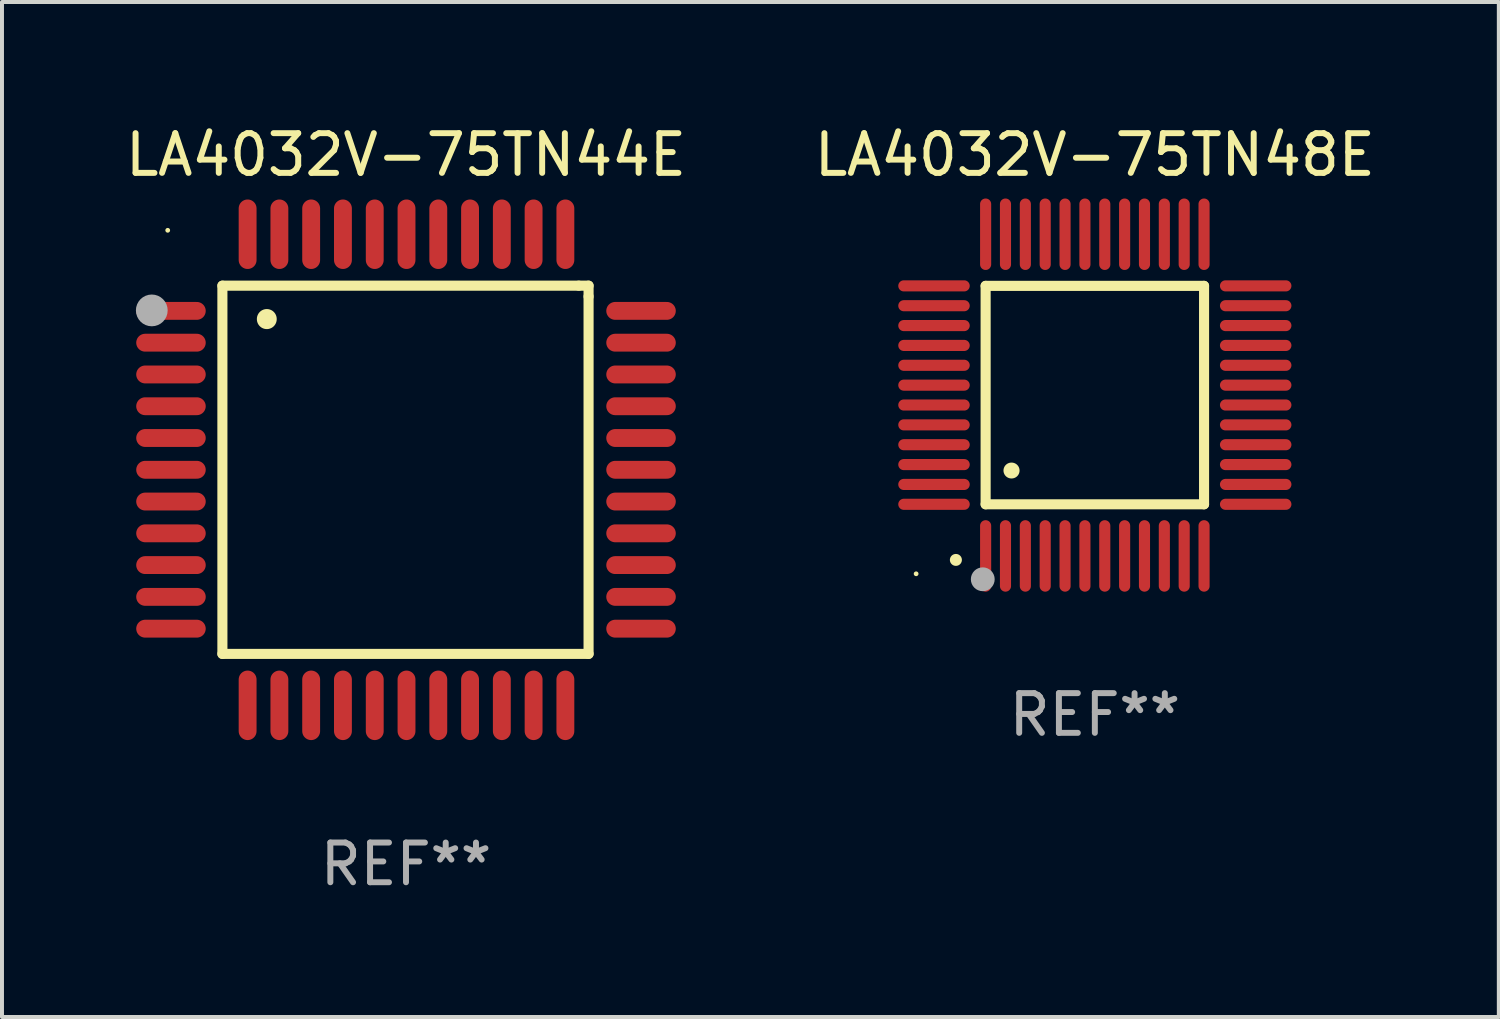
<source format=kicad_pcb>
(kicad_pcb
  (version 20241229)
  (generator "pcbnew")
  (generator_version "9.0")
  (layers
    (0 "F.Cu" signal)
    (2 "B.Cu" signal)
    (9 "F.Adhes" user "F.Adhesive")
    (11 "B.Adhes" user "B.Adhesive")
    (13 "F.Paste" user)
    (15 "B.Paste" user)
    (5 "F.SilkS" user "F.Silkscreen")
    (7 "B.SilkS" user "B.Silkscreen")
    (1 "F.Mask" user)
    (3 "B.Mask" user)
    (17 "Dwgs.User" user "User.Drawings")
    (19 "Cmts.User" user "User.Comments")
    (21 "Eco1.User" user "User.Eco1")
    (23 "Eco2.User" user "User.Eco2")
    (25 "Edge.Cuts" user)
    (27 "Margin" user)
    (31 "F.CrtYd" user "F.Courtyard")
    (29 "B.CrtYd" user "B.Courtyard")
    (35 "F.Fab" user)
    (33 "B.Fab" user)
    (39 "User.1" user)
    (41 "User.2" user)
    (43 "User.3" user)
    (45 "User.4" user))
  (footprint "LA4032V-75TN44E"
    (layer "F.Cu")
    (at 7.173 8.779)
    (property "Reference" "LA4032V-75TN44E" (at 0 -7.931 0) (layer "F.SilkS") (effects (font (size 1 1) (thickness 0.15))))
    (attr through_hole)
    (fp_line (start -4.623 -4.636) (end 4.35 -4.636) (stroke (width 0.254) (type solid)) (layer "F.SilkS"))
    (fp_line (start -4.623 4.636) (end -4.623 -4.636) (stroke (width 0.254) (type solid)) (layer "F.SilkS"))
    (fp_line (start 4.35 -4.636) (end 4.597 -4.636) (stroke (width 0.254) (type solid)) (layer "F.SilkS"))
    (fp_line (start 4.597 -4.636) (end 4.597 -4.363) (stroke (width 0.254) (type solid)) (layer "F.SilkS"))
    (fp_line (start 4.597 -4.363) (end 4.597 4.636) (stroke (width 0.254) (type solid)) (layer "F.SilkS"))
    (fp_line (start 4.597 4.636) (end -4.623 4.636) (stroke (width 0.254) (type solid)) (layer "F.SilkS"))
    (fp_arc (start -3.505207 -3.792228) (mid -3.50522 -3.794768) (end -3.505207 -3.797308) (stroke (width 0.5) (type solid)) (layer "F.SilkS"))
    (fp_circle (center -6 -6.03) (end -5.97 -6.03) (stroke (width 0.06) (type solid)) (fill no) (layer "F.SilkS"))
    (fp_circle (center -6.401 -4.013) (end -6.201 -4.013) (stroke (width 0.4) (type solid)) (fill no) (layer "F.Fab"))
    (fp_text user "REF**" (at 0 9.931 0) (layer "F.Fab") (effects (font (size 1 1) (thickness 0.15))))
    (pad "1" smd oval (at -5.918 -4.001 90) (size 0.45 1.75) (layers "F.Cu" "F.Mask" "F.Paste"))
    (pad "2" smd oval (at -5.918 -3.2 90) (size 0.45 1.75) (layers "F.Cu" "F.Mask" "F.Paste"))
    (pad "3" smd oval (at -5.918 -2.4 90) (size 0.45 1.75) (layers "F.Cu" "F.Mask" "F.Paste"))
    (pad "4" smd oval (at -5.918 -1.6 90) (size 0.45 1.75) (layers "F.Cu" "F.Mask" "F.Paste"))
    (pad "5" smd oval (at -5.918 -0.8 90) (size 0.45 1.75) (layers "F.Cu" "F.Mask" "F.Paste"))
    (pad "6" smd oval (at -5.918 0 90) (size 0.45 1.75) (layers "F.Cu" "F.Mask" "F.Paste"))
    (pad "7" smd oval (at -5.918 0.8 90) (size 0.45 1.75) (layers "F.Cu" "F.Mask" "F.Paste"))
    (pad "8" smd oval (at -5.918 1.6 90) (size 0.45 1.75) (layers "F.Cu" "F.Mask" "F.Paste"))
    (pad "9" smd oval (at -5.918 2.4 90) (size 0.45 1.75) (layers "F.Cu" "F.Mask" "F.Paste"))
    (pad "10" smd oval (at -5.918 3.2 90) (size 0.45 1.75) (layers "F.Cu" "F.Mask" "F.Paste"))
    (pad "11" smd oval (at -5.918 4.001 90) (size 0.45 1.75) (layers "F.Cu" "F.Mask" "F.Paste"))
    (pad "12" smd oval (at -3.988 5.931) (size 0.45 1.75) (layers "F.Cu" "F.Mask" "F.Paste"))
    (pad "13" smd oval (at -3.188 5.931) (size 0.45 1.75) (layers "F.Cu" "F.Mask" "F.Paste"))
    (pad "14" smd oval (at -2.388 5.931) (size 0.45 1.75) (layers "F.Cu" "F.Mask" "F.Paste"))
    (pad "15" smd oval (at -1.588 5.931) (size 0.45 1.75) (layers "F.Cu" "F.Mask" "F.Paste"))
    (pad "16" smd oval (at -0.787 5.931) (size 0.45 1.75) (layers "F.Cu" "F.Mask" "F.Paste"))
    (pad "17" smd oval (at 0.013 5.931) (size 0.45 1.75) (layers "F.Cu" "F.Mask" "F.Paste"))
    (pad "18" smd oval (at 0.813 5.931) (size 0.45 1.75) (layers "F.Cu" "F.Mask" "F.Paste"))
    (pad "19" smd oval (at 1.613 5.931) (size 0.45 1.75) (layers "F.Cu" "F.Mask" "F.Paste"))
    (pad "20" smd oval (at 2.413 5.931) (size 0.45 1.75) (layers "F.Cu" "F.Mask" "F.Paste"))
    (pad "21" smd oval (at 3.213 5.931) (size 0.45 1.75) (layers "F.Cu" "F.Mask" "F.Paste"))
    (pad "22" smd oval (at 4.013 5.931) (size 0.45 1.75) (layers "F.Cu" "F.Mask" "F.Paste"))
    (pad "23" smd oval (at 5.918 4.001 90) (size 0.45 1.75) (layers "F.Cu" "F.Mask" "F.Paste"))
    (pad "24" smd oval (at 5.918 3.2 90) (size 0.45 1.75) (layers "F.Cu" "F.Mask" "F.Paste"))
    (pad "25" smd oval (at 5.918 2.4 90) (size 0.45 1.75) (layers "F.Cu" "F.Mask" "F.Paste"))
    (pad "26" smd oval (at 5.918 1.6 90) (size 0.45 1.75) (layers "F.Cu" "F.Mask" "F.Paste"))
    (pad "27" smd oval (at 5.918 0.8 90) (size 0.45 1.75) (layers "F.Cu" "F.Mask" "F.Paste"))
    (pad "28" smd oval (at 5.918 0 90) (size 0.45 1.75) (layers "F.Cu" "F.Mask" "F.Paste"))
    (pad "29" smd oval (at 5.918 -0.8 90) (size 0.45 1.75) (layers "F.Cu" "F.Mask" "F.Paste"))
    (pad "30" smd oval (at 5.918 -1.6 90) (size 0.45 1.75) (layers "F.Cu" "F.Mask" "F.Paste"))
    (pad "31" smd oval (at 5.918 -2.4 90) (size 0.45 1.75) (layers "F.Cu" "F.Mask" "F.Paste"))
    (pad "32" smd oval (at 5.918 -3.2 90) (size 0.45 1.75) (layers "F.Cu" "F.Mask" "F.Paste"))
    (pad "33" smd oval (at 5.918 -4.001 90) (size 0.45 1.75) (layers "F.Cu" "F.Mask" "F.Paste"))
    (pad "34" smd oval (at 4.013 -5.931) (size 0.45 1.75) (layers "F.Cu" "F.Mask" "F.Paste"))
    (pad "35" smd oval (at 3.213 -5.931) (size 0.45 1.75) (layers "F.Cu" "F.Mask" "F.Paste"))
    (pad "36" smd oval (at 2.413 -5.931) (size 0.45 1.75) (layers "F.Cu" "F.Mask" "F.Paste"))
    (pad "37" smd oval (at 1.613 -5.931) (size 0.45 1.75) (layers "F.Cu" "F.Mask" "F.Paste"))
    (pad "38" smd oval (at 0.813 -5.931) (size 0.45 1.75) (layers "F.Cu" "F.Mask" "F.Paste"))
    (pad "39" smd oval (at 0.013 -5.931) (size 0.45 1.75) (layers "F.Cu" "F.Mask" "F.Paste"))
    (pad "40" smd oval (at -0.787 -5.931) (size 0.45 1.75) (layers "F.Cu" "F.Mask" "F.Paste"))
    (pad "41" smd oval (at -1.588 -5.931) (size 0.45 1.75) (layers "F.Cu" "F.Mask" "F.Paste"))
    (pad "42" smd oval (at -2.388 -5.931) (size 0.45 1.75) (layers "F.Cu" "F.Mask" "F.Paste"))
    (pad "43" smd oval (at -3.188 -5.931) (size 0.45 1.75) (layers "F.Cu" "F.Mask" "F.Paste"))
    (pad "44" smd oval (at -3.988 -5.931) (size 0.45 1.75) (layers "F.Cu" "F.Mask" "F.Paste")))
  (footprint "LA4032V-75TN48E"
    (layer "F.Cu")
    (at 24.518 6.898)
    (property "Reference" "LA4032V-75TN48E" (at 0 -6.05 0) (layer "F.SilkS") (effects (font (size 1 1) (thickness 0.15))))
    (attr through_hole)
    (fp_line (start -2.75 -2.75) (end 2.75 -2.75) (stroke (width 0.254) (type solid)) (layer "F.SilkS"))
    (fp_line (start -2.75 2.75) (end -2.75 -2.75) (stroke (width 0.254) (type solid)) (layer "F.SilkS"))
    (fp_line (start 2.75 -2.75) (end 2.75 2.75) (stroke (width 0.254) (type solid)) (layer "F.SilkS"))
    (fp_line (start 2.75 2.75) (end -2.75 2.75) (stroke (width 0.254) (type solid)) (layer "F.SilkS"))
    (fp_arc (start -3.500127 4.150368) (mid -3.498857 4.150363) (end -3.497587 4.150368) (stroke (width 0.3) (type solid)) (layer "F.SilkS"))
    (fp_arc (start -2.100584 1.899924) (mid -2.098044 1.899908) (end -2.095504 1.899924) (stroke (width 0.4) (type solid)) (layer "F.SilkS"))
    (fp_circle (center -4.5 4.5) (end -4.47 4.5) (stroke (width 0.06) (type solid)) (fill no) (layer "F.SilkS"))
    (fp_circle (center -2.822 4.638) (end -2.672 4.638) (stroke (width 0.3) (type solid)) (fill no) (layer "F.Fab"))
    (fp_text user "REF**" (at 0 8.05 0) (layer "F.Fab") (effects (font (size 1 1) (thickness 0.15))))
    (pad "1" smd oval (at -2.75 4.05) (size 0.28 1.8) (layers "F.Cu" "F.Mask" "F.Paste"))
    (pad "2" smd oval (at -2.25 4.05) (size 0.28 1.8) (layers "F.Cu" "F.Mask" "F.Paste"))
    (pad "3" smd oval (at -1.75 4.05) (size 0.28 1.8) (layers "F.Cu" "F.Mask" "F.Paste"))
    (pad "4" smd oval (at -1.25 4.05) (size 0.28 1.8) (layers "F.Cu" "F.Mask" "F.Paste"))
    (pad "5" smd oval (at -0.75 4.05) (size 0.28 1.8) (layers "F.Cu" "F.Mask" "F.Paste"))
    (pad "6" smd oval (at -0.25 4.05) (size 0.28 1.8) (layers "F.Cu" "F.Mask" "F.Paste"))
    (pad "7" smd oval (at 0.25 4.05) (size 0.28 1.8) (layers "F.Cu" "F.Mask" "F.Paste"))
    (pad "8" smd oval (at 0.75 4.05) (size 0.28 1.8) (layers "F.Cu" "F.Mask" "F.Paste"))
    (pad "9" smd oval (at 1.25 4.05) (size 0.28 1.8) (layers "F.Cu" "F.Mask" "F.Paste"))
    (pad "10" smd oval (at 1.75 4.05) (size 0.28 1.8) (layers "F.Cu" "F.Mask" "F.Paste"))
    (pad "11" smd oval (at 2.25 4.05) (size 0.28 1.8) (layers "F.Cu" "F.Mask" "F.Paste"))
    (pad "12" smd oval (at 2.75 4.05) (size 0.28 1.8) (layers "F.Cu" "F.Mask" "F.Paste"))
    (pad "13" smd oval (at 4.05 2.75) (size 1.8 0.28) (layers "F.Cu" "F.Mask" "F.Paste"))
    (pad "14" smd oval (at 4.05 2.25) (size 1.8 0.28) (layers "F.Cu" "F.Mask" "F.Paste"))
    (pad "15" smd oval (at 4.05 1.75) (size 1.8 0.28) (layers "F.Cu" "F.Mask" "F.Paste"))
    (pad "16" smd oval (at 4.05 1.25) (size 1.8 0.28) (layers "F.Cu" "F.Mask" "F.Paste"))
    (pad "17" smd oval (at 4.05 0.75) (size 1.8 0.28) (layers "F.Cu" "F.Mask" "F.Paste"))
    (pad "18" smd oval (at 4.05 0.25) (size 1.8 0.28) (layers "F.Cu" "F.Mask" "F.Paste"))
    (pad "19" smd oval (at 4.05 -0.25) (size 1.8 0.28) (layers "F.Cu" "F.Mask" "F.Paste"))
    (pad "20" smd oval (at 4.05 -0.75) (size 1.8 0.28) (layers "F.Cu" "F.Mask" "F.Paste"))
    (pad "21" smd oval (at 4.05 -1.25) (size 1.8 0.28) (layers "F.Cu" "F.Mask" "F.Paste"))
    (pad "22" smd oval (at 4.05 -1.75) (size 1.8 0.28) (layers "F.Cu" "F.Mask" "F.Paste"))
    (pad "23" smd oval (at 4.05 -2.25) (size 1.8 0.28) (layers "F.Cu" "F.Mask" "F.Paste"))
    (pad "24" smd oval (at 4.05 -2.75) (size 1.8 0.28) (layers "F.Cu" "F.Mask" "F.Paste"))
    (pad "25" smd oval (at 2.75 -4.05) (size 0.28 1.8) (layers "F.Cu" "F.Mask" "F.Paste"))
    (pad "26" smd oval (at 2.25 -4.05) (size 0.28 1.8) (layers "F.Cu" "F.Mask" "F.Paste"))
    (pad "27" smd oval (at 1.75 -4.05) (size 0.28 1.8) (layers "F.Cu" "F.Mask" "F.Paste"))
    (pad "28" smd oval (at 1.25 -4.05) (size 0.28 1.8) (layers "F.Cu" "F.Mask" "F.Paste"))
    (pad "29" smd oval (at 0.75 -4.05) (size 0.28 1.8) (layers "F.Cu" "F.Mask" "F.Paste"))
    (pad "30" smd oval (at 0.25 -4.05) (size 0.28 1.8) (layers "F.Cu" "F.Mask" "F.Paste"))
    (pad "31" smd oval (at -0.25 -4.05) (size 0.28 1.8) (layers "F.Cu" "F.Mask" "F.Paste"))
    (pad "32" smd oval (at -0.75 -4.05) (size 0.28 1.8) (layers "F.Cu" "F.Mask" "F.Paste"))
    (pad "33" smd oval (at -1.25 -4.05) (size 0.28 1.8) (layers "F.Cu" "F.Mask" "F.Paste"))
    (pad "34" smd oval (at -1.75 -4.05) (size 0.28 1.8) (layers "F.Cu" "F.Mask" "F.Paste"))
    (pad "35" smd oval (at -2.25 -4.05) (size 0.28 1.8) (layers "F.Cu" "F.Mask" "F.Paste"))
    (pad "36" smd oval (at -2.75 -4.05) (size 0.28 1.8) (layers "F.Cu" "F.Mask" "F.Paste"))
    (pad "37" smd oval (at -4.05 -2.75) (size 1.8 0.28) (layers "F.Cu" "F.Mask" "F.Paste"))
    (pad "38" smd oval (at -4.05 -2.25) (size 1.8 0.28) (layers "F.Cu" "F.Mask" "F.Paste"))
    (pad "39" smd oval (at -4.05 -1.75) (size 1.8 0.28) (layers "F.Cu" "F.Mask" "F.Paste"))
    (pad "40" smd oval (at -4.05 -1.25) (size 1.8 0.28) (layers "F.Cu" "F.Mask" "F.Paste"))
    (pad "41" smd oval (at -4.05 -0.75) (size 1.8 0.28) (layers "F.Cu" "F.Mask" "F.Paste"))
    (pad "42" smd oval (at -4.05 -0.25) (size 1.8 0.28) (layers "F.Cu" "F.Mask" "F.Paste"))
    (pad "43" smd oval (at -4.05 0.25) (size 1.8 0.28) (layers "F.Cu" "F.Mask" "F.Paste"))
    (pad "44" smd oval (at -4.05 0.75) (size 1.8 0.28) (layers "F.Cu" "F.Mask" "F.Paste"))
    (pad "45" smd oval (at -4.05 1.25) (size 1.8 0.28) (layers "F.Cu" "F.Mask" "F.Paste"))
    (pad "46" smd oval (at -4.05 1.75) (size 1.8 0.28) (layers "F.Cu" "F.Mask" "F.Paste"))
    (pad "47" smd oval (at -4.05 2.25) (size 1.8 0.28) (layers "F.Cu" "F.Mask" "F.Paste"))
    (pad "48" smd oval (at -4.05 2.75) (size 1.8 0.28) (layers "F.Cu" "F.Mask" "F.Paste")))
  (gr_rect
    (start -3 -3)
    (end 34.69 22.558)
    (stroke (width 0.1) (type default))
    (fill no)
    (layer "Edge.Cuts")))
</source>
